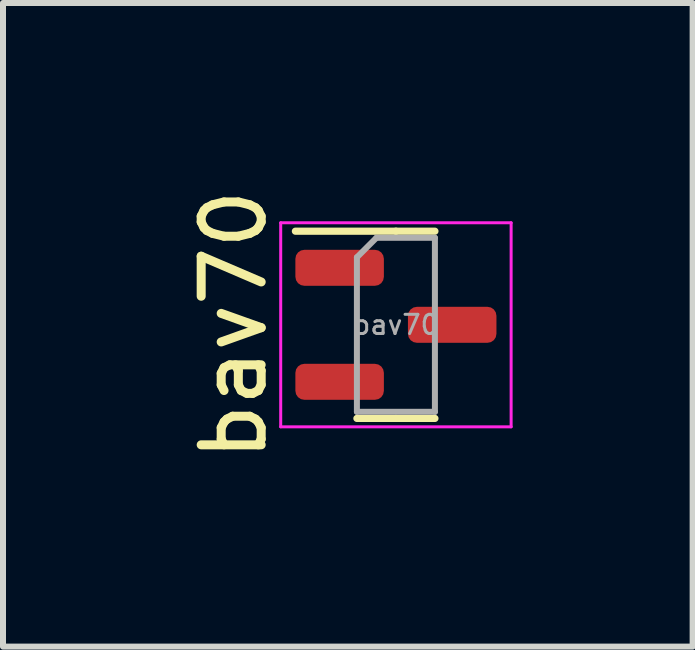
<source format=kicad_pcb>
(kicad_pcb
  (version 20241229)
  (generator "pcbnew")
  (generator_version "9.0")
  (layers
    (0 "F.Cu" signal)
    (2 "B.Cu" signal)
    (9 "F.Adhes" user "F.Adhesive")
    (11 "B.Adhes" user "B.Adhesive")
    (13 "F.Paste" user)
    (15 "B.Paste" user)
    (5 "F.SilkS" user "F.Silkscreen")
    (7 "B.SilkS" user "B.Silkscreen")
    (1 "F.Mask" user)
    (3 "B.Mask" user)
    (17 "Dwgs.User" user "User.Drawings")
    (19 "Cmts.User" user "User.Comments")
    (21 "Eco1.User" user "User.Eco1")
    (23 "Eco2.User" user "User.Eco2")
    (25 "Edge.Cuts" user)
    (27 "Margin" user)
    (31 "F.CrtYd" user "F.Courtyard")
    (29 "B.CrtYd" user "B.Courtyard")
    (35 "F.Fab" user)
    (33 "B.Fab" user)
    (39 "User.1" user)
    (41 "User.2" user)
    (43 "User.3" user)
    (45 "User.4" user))
  (footprint "bav70"
    (layer "F.Cu")
    (at 3.548 2.363)
    (property "Reference" "bav70" (at -2.7 0 90) (layer "F.SilkS") (effects (font (size 1 1) (thickness 0.15))))
    (attr smd)
    (fp_line (start 0 -1.56) (end -1.675 -1.56) (stroke (width 0.12) (type solid)) (layer "F.SilkS"))
    (fp_line (start 0 -1.56) (end 0.65 -1.56) (stroke (width 0.12) (type solid)) (layer "F.SilkS"))
    (fp_line (start 0 1.56) (end -0.65 1.56) (stroke (width 0.12) (type solid)) (layer "F.SilkS"))
    (fp_line (start 0 1.56) (end 0.65 1.56) (stroke (width 0.12) (type solid)) (layer "F.SilkS"))
    (fp_line (start -1.92 -1.7) (end -1.92 1.7) (stroke (width 0.05) (type solid)) (layer "F.CrtYd"))
    (fp_line (start -1.92 1.7) (end 1.92 1.7) (stroke (width 0.05) (type solid)) (layer "F.CrtYd"))
    (fp_line (start 1.92 -1.7) (end -1.92 -1.7) (stroke (width 0.05) (type solid)) (layer "F.CrtYd"))
    (fp_line (start 1.92 1.7) (end 1.92 -1.7) (stroke (width 0.05) (type solid)) (layer "F.CrtYd"))
    (fp_line (start -0.65 -1.125) (end -0.325 -1.45) (stroke (width 0.1) (type solid)) (layer "F.Fab"))
    (fp_line (start -0.65 1.45) (end -0.65 -1.125) (stroke (width 0.1) (type solid)) (layer "F.Fab"))
    (fp_line (start -0.325 -1.45) (end 0.65 -1.45) (stroke (width 0.1) (type solid)) (layer "F.Fab"))
    (fp_line (start 0.65 -1.45) (end 0.65 1.45) (stroke (width 0.1) (type solid)) (layer "F.Fab"))
    (fp_line (start 0.65 1.45) (end -0.65 1.45) (stroke (width 0.1) (type solid)) (layer "F.Fab"))
    (fp_text user "${REFERENCE}" (at 0 0 0) (layer "F.Fab") (effects (font (size 0.32 0.32) (thickness 0.05))))
    (pad "1" smd roundrect (at -0.938 -0.95) (size 1.475 0.6) (layers "F.Cu" "F.Mask" "F.Paste") (roundrect_rratio 0.25))
    (pad "2" smd roundrect (at -0.938 0.95) (size 1.475 0.6) (layers "F.Cu" "F.Mask" "F.Paste") (roundrect_rratio 0.25))
    (pad "3" smd roundrect (at 0.938 0) (size 1.475 0.6) (layers "F.Cu" "F.Mask" "F.Paste") (roundrect_rratio 0.25)))
  (gr_rect
    (start -3 -3)
    (end 8.493 7.726)
    (stroke (width 0.1) (type default))
    (fill no)
    (layer "Edge.Cuts")))
</source>
